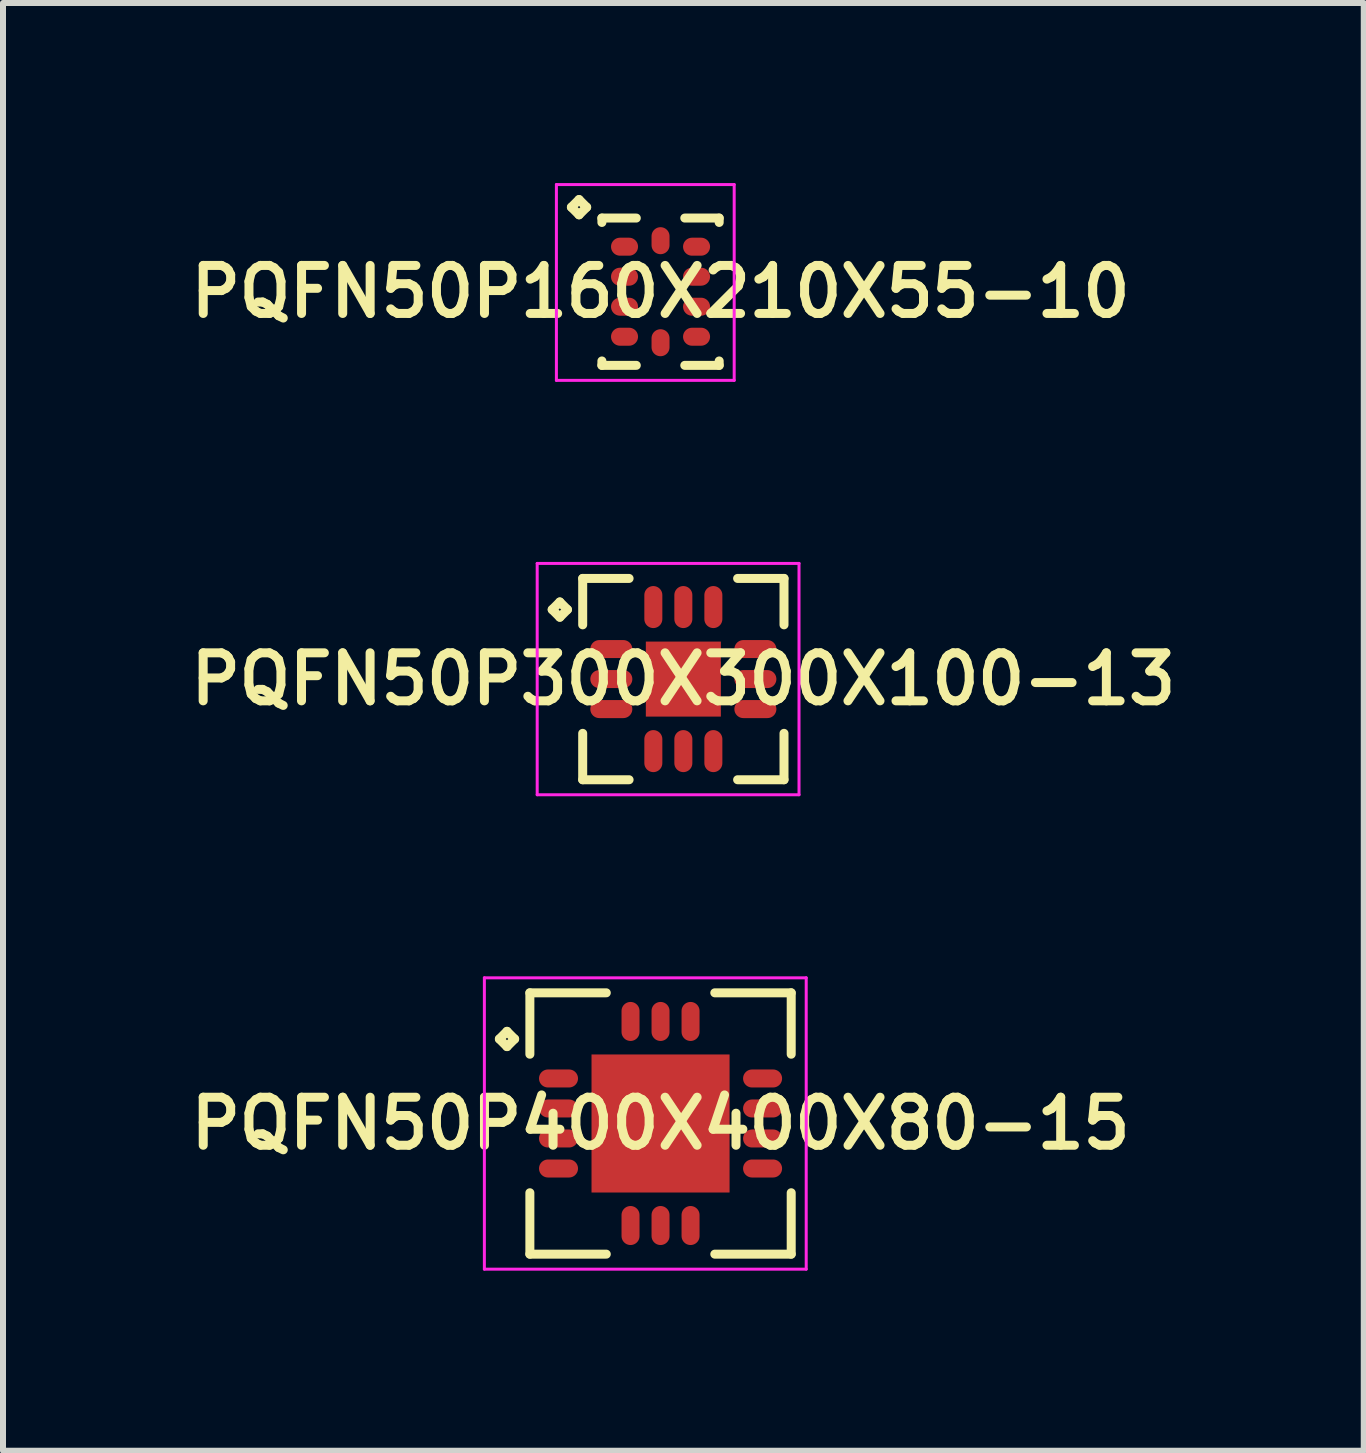
<source format=kicad_pcb>
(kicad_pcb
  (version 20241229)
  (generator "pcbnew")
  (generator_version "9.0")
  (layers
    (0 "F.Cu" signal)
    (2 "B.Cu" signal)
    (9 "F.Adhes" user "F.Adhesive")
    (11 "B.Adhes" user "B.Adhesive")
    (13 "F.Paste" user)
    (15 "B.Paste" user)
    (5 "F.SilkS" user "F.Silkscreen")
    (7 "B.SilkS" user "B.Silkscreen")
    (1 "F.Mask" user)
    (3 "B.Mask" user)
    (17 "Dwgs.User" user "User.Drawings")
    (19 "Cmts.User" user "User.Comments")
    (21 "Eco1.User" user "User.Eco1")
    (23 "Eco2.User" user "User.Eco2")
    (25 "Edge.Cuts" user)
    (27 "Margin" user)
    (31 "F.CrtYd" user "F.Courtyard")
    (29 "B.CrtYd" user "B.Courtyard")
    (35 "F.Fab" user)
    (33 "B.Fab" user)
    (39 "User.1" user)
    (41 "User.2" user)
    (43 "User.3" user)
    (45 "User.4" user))
  (footprint "PQFN50P160X210X55-10"
    (layer "F.Cu")
    (at 7.955 1.81)
    (property "Reference" "PQFN50P160X210X55-10" (at 0 0 0) (layer "F.SilkS") (effects (font (size 0.8 0.8) (thickness 0.15))))
    (attr smd)
    (fp_line (start -1.485 -1.408) (end -1.358 -1.535) (stroke (width 0.15) (type solid)) (layer "F.SilkS"))
    (fp_line (start -1.358 -1.535) (end -1.231 -1.408) (stroke (width 0.15) (type solid)) (layer "F.SilkS"))
    (fp_line (start -1.358 -1.281) (end -1.485 -1.408) (stroke (width 0.15) (type solid)) (layer "F.SilkS"))
    (fp_line (start -1.231 -1.408) (end -1.358 -1.281) (stroke (width 0.15) (type solid)) (layer "F.SilkS"))
    (fp_line (start -0.977 -1.227) (end -0.404 -1.227) (stroke (width 0.15) (type solid)) (layer "F.SilkS"))
    (fp_line (start -0.977 -1.154) (end -0.977 -1.227) (stroke (width 0.15) (type solid)) (layer "F.SilkS"))
    (fp_line (start -0.977 1.154) (end -0.977 1.227) (stroke (width 0.15) (type solid)) (layer "F.SilkS"))
    (fp_line (start -0.977 1.227) (end -0.404 1.227) (stroke (width 0.15) (type solid)) (layer "F.SilkS"))
    (fp_line (start 0.404 -1.227) (end 0.977 -1.227) (stroke (width 0.15) (type solid)) (layer "F.SilkS"))
    (fp_line (start 0.404 1.227) (end 0.977 1.227) (stroke (width 0.15) (type solid)) (layer "F.SilkS"))
    (fp_line (start 0.977 -1.227) (end 0.977 -1.154) (stroke (width 0.15) (type solid)) (layer "F.SilkS"))
    (fp_line (start 0.977 1.227) (end 0.977 1.154) (stroke (width 0.15) (type solid)) (layer "F.SilkS"))
    (fp_line (start -1.735 -1.785) (end 1.227 -1.785) (stroke (width 0.05) (type solid)) (layer "F.CrtYd"))
    (fp_line (start -1.735 1.477) (end -1.735 -1.785) (stroke (width 0.05) (type solid)) (layer "F.CrtYd"))
    (fp_line (start 1.227 -1.785) (end 1.227 1.477) (stroke (width 0.05) (type solid)) (layer "F.CrtYd"))
    (fp_line (start 1.227 1.477) (end -1.735 1.477) (stroke (width 0.05) (type solid)) (layer "F.CrtYd"))
    (pad "1" smd oval (at -0.6 -0.75) (size 0.45 0.3) (layers "F.Cu" "F.Mask" "F.Paste"))
    (pad "2" smd oval (at -0.6 -0.25) (size 0.45 0.3) (layers "F.Cu" "F.Mask" "F.Paste"))
    (pad "3" smd oval (at -0.6 0.25) (size 0.45 0.3) (layers "F.Cu" "F.Mask" "F.Paste"))
    (pad "4" smd oval (at -0.6 0.75) (size 0.45 0.3) (layers "F.Cu" "F.Mask" "F.Paste"))
    (pad "5" smd oval (at 0 0.85) (size 0.3 0.45) (layers "F.Cu" "F.Mask" "F.Paste"))
    (pad "6" smd oval (at 0.6 0.75) (size 0.45 0.3) (layers "F.Cu" "F.Mask" "F.Paste"))
    (pad "7" smd oval (at 0.6 0.25) (size 0.45 0.3) (layers "F.Cu" "F.Mask" "F.Paste"))
    (pad "8" smd oval (at 0.6 -0.25) (size 0.45 0.3) (layers "F.Cu" "F.Mask" "F.Paste"))
    (pad "9" smd oval (at 0.6 -0.75) (size 0.45 0.3) (layers "F.Cu" "F.Mask" "F.Paste"))
    (pad "10" smd oval (at 0 -0.85) (size 0.3 0.45) (layers "F.Cu" "F.Mask" "F.Paste")))
  (footprint "PQFN50P300X300X100-13"
    (layer "F.Cu")
    (at 8.335 8.264)
    (property "Reference" "PQFN50P300X300X100-13" (at 0 0 0) (layer "F.SilkS") (effects (font (size 0.8 0.8) (thickness 0.15))))
    (attr smd)
    (fp_line (start -2.185 -1.158) (end -2.058 -1.285) (stroke (width 0.15) (type solid)) (layer "F.SilkS"))
    (fp_line (start -2.058 -1.285) (end -1.931 -1.158) (stroke (width 0.15) (type solid)) (layer "F.SilkS"))
    (fp_line (start -2.058 -1.031) (end -2.185 -1.158) (stroke (width 0.15) (type solid)) (layer "F.SilkS"))
    (fp_line (start -1.931 -1.158) (end -2.058 -1.031) (stroke (width 0.15) (type solid)) (layer "F.SilkS"))
    (fp_line (start -1.677 -1.677) (end -0.904 -1.677) (stroke (width 0.15) (type solid)) (layer "F.SilkS"))
    (fp_line (start -1.677 -0.904) (end -1.677 -1.677) (stroke (width 0.15) (type solid)) (layer "F.SilkS"))
    (fp_line (start -1.677 0.904) (end -1.677 1.677) (stroke (width 0.15) (type solid)) (layer "F.SilkS"))
    (fp_line (start -1.677 1.677) (end -0.904 1.677) (stroke (width 0.15) (type solid)) (layer "F.SilkS"))
    (fp_line (start 0.904 -1.677) (end 1.677 -1.677) (stroke (width 0.15) (type solid)) (layer "F.SilkS"))
    (fp_line (start 0.904 1.677) (end 1.677 1.677) (stroke (width 0.15) (type solid)) (layer "F.SilkS"))
    (fp_line (start 1.677 -1.677) (end 1.677 -0.904) (stroke (width 0.15) (type solid)) (layer "F.SilkS"))
    (fp_line (start 1.677 1.677) (end 1.677 0.904) (stroke (width 0.15) (type solid)) (layer "F.SilkS"))
    (fp_line (start -2.435 -1.927) (end 1.927 -1.927) (stroke (width 0.05) (type solid)) (layer "F.CrtYd"))
    (fp_line (start -2.435 1.927) (end -2.435 -1.927) (stroke (width 0.05) (type solid)) (layer "F.CrtYd"))
    (fp_line (start 1.927 -1.927) (end 1.927 1.927) (stroke (width 0.05) (type solid)) (layer "F.CrtYd"))
    (fp_line (start 1.927 1.927) (end -2.435 1.927) (stroke (width 0.05) (type solid)) (layer "F.CrtYd"))
    (pad "1" smd oval (at -1.2 -0.5) (size 0.7 0.3) (layers "F.Cu" "F.Mask" "F.Paste"))
    (pad "2" smd oval (at -1.2 0) (size 0.7 0.3) (layers "F.Cu" "F.Mask" "F.Paste"))
    (pad "3" smd oval (at -1.2 0.5) (size 0.7 0.3) (layers "F.Cu" "F.Mask" "F.Paste"))
    (pad "4" smd oval (at -0.5 1.2) (size 0.3 0.7) (layers "F.Cu" "F.Mask" "F.Paste"))
    (pad "5" smd oval (at 0 1.2) (size 0.3 0.7) (layers "F.Cu" "F.Mask" "F.Paste"))
    (pad "6" smd oval (at 0.5 1.2) (size 0.3 0.7) (layers "F.Cu" "F.Mask" "F.Paste"))
    (pad "7" smd oval (at 1.2 0.5) (size 0.7 0.3) (layers "F.Cu" "F.Mask" "F.Paste"))
    (pad "8" smd oval (at 1.2 0) (size 0.7 0.3) (layers "F.Cu" "F.Mask" "F.Paste"))
    (pad "9" smd oval (at 1.2 -0.5) (size 0.7 0.3) (layers "F.Cu" "F.Mask" "F.Paste"))
    (pad "10" smd oval (at 0.5 -1.2) (size 0.3 0.7) (layers "F.Cu" "F.Mask" "F.Paste"))
    (pad "11" smd oval (at 0 -1.2) (size 0.3 0.7) (layers "F.Cu" "F.Mask" "F.Paste"))
    (pad "12" smd oval (at -0.5 -1.2) (size 0.3 0.7) (layers "F.Cu" "F.Mask" "F.Paste"))
    (pad "13" smd rect (at 0 0) (size 1.25 1.25) (layers "F.Cu" "F.Mask" "F.Paste")))
  (footprint "PQFN50P400X400X80-15"
    (layer "F.Cu")
    (at 7.955 15.668)
    (property "Reference" "PQFN50P400X400X80-15" (at 0 0 0) (layer "F.SilkS") (effects (font (size 0.8 0.8) (thickness 0.15))))
    (attr smd)
    (fp_line (start -2.685 -1.408) (end -2.558 -1.535) (stroke (width 0.15) (type solid)) (layer "F.SilkS"))
    (fp_line (start -2.558 -1.535) (end -2.431 -1.408) (stroke (width 0.15) (type solid)) (layer "F.SilkS"))
    (fp_line (start -2.558 -1.281) (end -2.685 -1.408) (stroke (width 0.15) (type solid)) (layer "F.SilkS"))
    (fp_line (start -2.431 -1.408) (end -2.558 -1.281) (stroke (width 0.15) (type solid)) (layer "F.SilkS"))
    (fp_line (start -2.177 -2.177) (end -0.904 -2.177) (stroke (width 0.15) (type solid)) (layer "F.SilkS"))
    (fp_line (start -2.177 -1.154) (end -2.177 -2.177) (stroke (width 0.15) (type solid)) (layer "F.SilkS"))
    (fp_line (start -2.177 1.154) (end -2.177 2.177) (stroke (width 0.15) (type solid)) (layer "F.SilkS"))
    (fp_line (start -2.177 2.177) (end -0.904 2.177) (stroke (width 0.15) (type solid)) (layer "F.SilkS"))
    (fp_line (start 0.904 -2.177) (end 2.177 -2.177) (stroke (width 0.15) (type solid)) (layer "F.SilkS"))
    (fp_line (start 0.904 2.177) (end 2.177 2.177) (stroke (width 0.15) (type solid)) (layer "F.SilkS"))
    (fp_line (start 2.177 -2.177) (end 2.177 -1.154) (stroke (width 0.15) (type solid)) (layer "F.SilkS"))
    (fp_line (start 2.177 2.177) (end 2.177 1.154) (stroke (width 0.15) (type solid)) (layer "F.SilkS"))
    (fp_line (start -2.935 -2.427) (end 2.427 -2.427) (stroke (width 0.05) (type solid)) (layer "F.CrtYd"))
    (fp_line (start -2.935 2.427) (end -2.935 -2.427) (stroke (width 0.05) (type solid)) (layer "F.CrtYd"))
    (fp_line (start 2.427 -2.427) (end 2.427 2.427) (stroke (width 0.05) (type solid)) (layer "F.CrtYd"))
    (fp_line (start 2.427 2.427) (end -2.935 2.427) (stroke (width 0.05) (type solid)) (layer "F.CrtYd"))
    (pad "1" smd oval (at -1.7 -0.75) (size 0.65 0.3) (layers "F.Cu" "F.Mask" "F.Paste"))
    (pad "2" smd oval (at -1.7 -0.25) (size 0.65 0.3) (layers "F.Cu" "F.Mask" "F.Paste"))
    (pad "3" smd oval (at -1.7 0.25) (size 0.65 0.3) (layers "F.Cu" "F.Mask" "F.Paste"))
    (pad "4" smd oval (at -1.7 0.75) (size 0.65 0.3) (layers "F.Cu" "F.Mask" "F.Paste"))
    (pad "5" smd oval (at -0.5 1.7) (size 0.3 0.65) (layers "F.Cu" "F.Mask" "F.Paste"))
    (pad "6" smd oval (at 0 1.7) (size 0.3 0.65) (layers "F.Cu" "F.Mask" "F.Paste"))
    (pad "7" smd oval (at 0.5 1.7) (size 0.3 0.65) (layers "F.Cu" "F.Mask" "F.Paste"))
    (pad "8" smd oval (at 1.7 0.75) (size 0.65 0.3) (layers "F.Cu" "F.Mask" "F.Paste"))
    (pad "9" smd oval (at 1.7 0.25) (size 0.65 0.3) (layers "F.Cu" "F.Mask" "F.Paste"))
    (pad "10" smd oval (at 1.7 -0.25) (size 0.65 0.3) (layers "F.Cu" "F.Mask" "F.Paste"))
    (pad "11" smd oval (at 1.7 -0.75) (size 0.65 0.3) (layers "F.Cu" "F.Mask" "F.Paste"))
    (pad "12" smd oval (at 0.5 -1.7) (size 0.3 0.65) (layers "F.Cu" "F.Mask" "F.Paste"))
    (pad "13" smd oval (at 0 -1.7) (size 0.3 0.65) (layers "F.Cu" "F.Mask" "F.Paste"))
    (pad "14" smd oval (at -0.5 -1.7) (size 0.3 0.65) (layers "F.Cu" "F.Mask" "F.Paste"))
    (pad "15" smd rect (at 0 0) (size 2.3 2.3) (layers "F.Cu" "F.Mask" "F.Paste")))
  (gr_rect
    (start -3 -3)
    (end 19.671 21.12)
    (stroke (width 0.1) (type default))
    (fill no)
    (layer "Edge.Cuts")))
</source>
